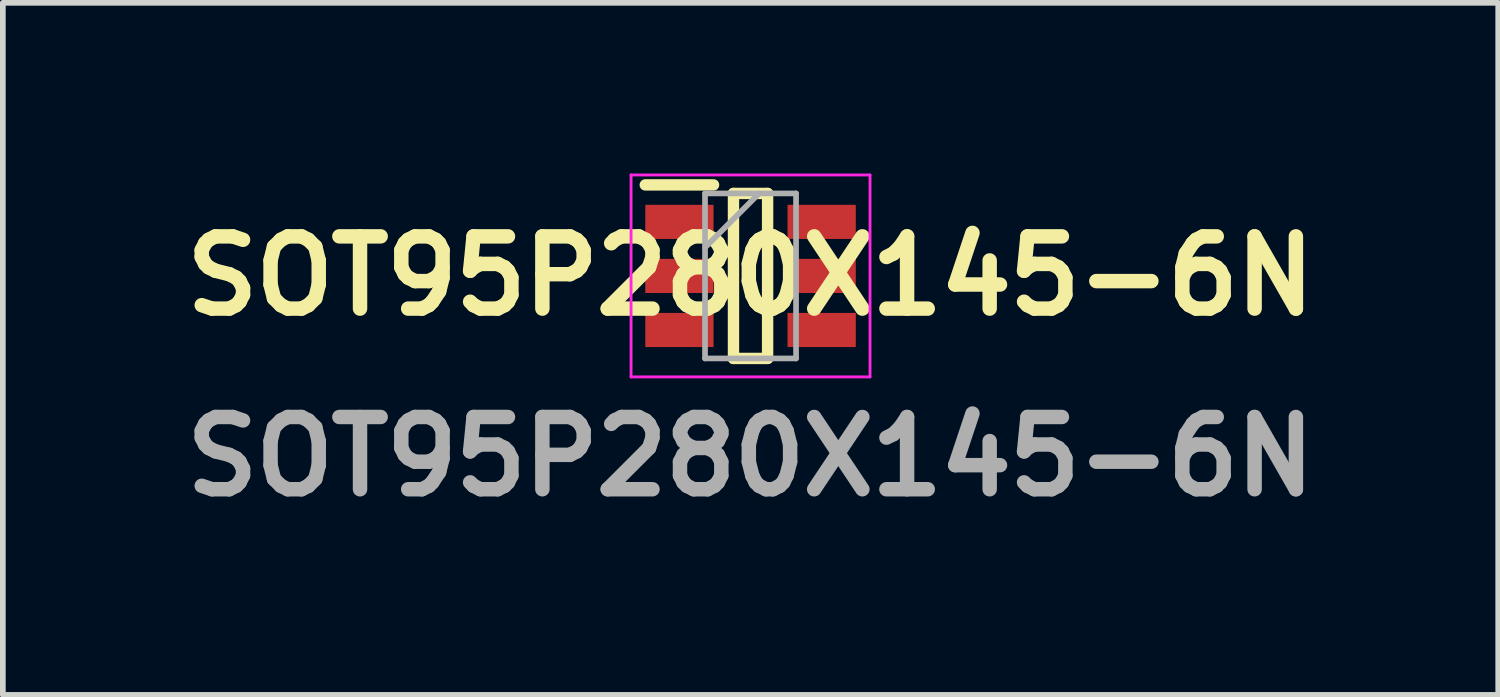
<source format=kicad_pcb>
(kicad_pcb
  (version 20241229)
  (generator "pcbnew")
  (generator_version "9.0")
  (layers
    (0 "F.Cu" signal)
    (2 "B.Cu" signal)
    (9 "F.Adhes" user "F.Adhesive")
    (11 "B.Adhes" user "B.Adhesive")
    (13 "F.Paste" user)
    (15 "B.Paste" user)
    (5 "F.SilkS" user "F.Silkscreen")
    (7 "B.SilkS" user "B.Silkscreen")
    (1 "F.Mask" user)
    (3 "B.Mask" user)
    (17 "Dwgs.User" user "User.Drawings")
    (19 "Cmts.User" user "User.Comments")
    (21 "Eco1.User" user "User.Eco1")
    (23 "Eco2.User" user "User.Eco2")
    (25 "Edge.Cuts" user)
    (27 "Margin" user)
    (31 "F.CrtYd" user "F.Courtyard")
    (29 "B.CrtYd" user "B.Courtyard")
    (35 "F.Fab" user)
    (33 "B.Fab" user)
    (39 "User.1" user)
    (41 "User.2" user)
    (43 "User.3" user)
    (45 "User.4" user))
  (footprint "SOT95P280X145-6N"
    (layer "F.Cu")
    (at 10.142 1.8)
    (property "Reference" "SOT95P280X145-6N" (at 0 0 0) (layer "F.SilkS") (effects (font (size 1.27 1.27) (thickness 0.254))))
    (attr smd)
    (fp_line (start -1.85 -1.6) (end -0.65 -1.6) (stroke (width 0.2) (type solid)) (layer "F.SilkS"))
    (fp_line (start -0.3 -1.45) (end 0.3 -1.45) (stroke (width 0.2) (type solid)) (layer "F.SilkS"))
    (fp_line (start -0.3 1.45) (end -0.3 -1.45) (stroke (width 0.2) (type solid)) (layer "F.SilkS"))
    (fp_line (start 0.3 -1.45) (end 0.3 1.45) (stroke (width 0.2) (type solid)) (layer "F.SilkS"))
    (fp_line (start 0.3 1.45) (end -0.3 1.45) (stroke (width 0.2) (type solid)) (layer "F.SilkS"))
    (fp_line (start -2.1 -1.775) (end 2.1 -1.775) (stroke (width 0.05) (type solid)) (layer "F.CrtYd"))
    (fp_line (start -2.1 1.775) (end -2.1 -1.775) (stroke (width 0.05) (type solid)) (layer "F.CrtYd"))
    (fp_line (start 2.1 -1.775) (end 2.1 1.775) (stroke (width 0.05) (type solid)) (layer "F.CrtYd"))
    (fp_line (start 2.1 1.775) (end -2.1 1.775) (stroke (width 0.05) (type solid)) (layer "F.CrtYd"))
    (fp_line (start -0.8 -1.45) (end 0.8 -1.45) (stroke (width 0.1) (type solid)) (layer "F.Fab"))
    (fp_line (start -0.8 -0.5) (end 0.15 -1.45) (stroke (width 0.1) (type solid)) (layer "F.Fab"))
    (fp_line (start -0.8 1.45) (end -0.8 -1.45) (stroke (width 0.1) (type solid)) (layer "F.Fab"))
    (fp_line (start 0.8 -1.45) (end 0.8 1.45) (stroke (width 0.1) (type solid)) (layer "F.Fab"))
    (fp_line (start 0.8 1.45) (end -0.8 1.45) (stroke (width 0.1) (type solid)) (layer "F.Fab"))
    (fp_text user "${REFERENCE}" (at 0 3.175 0) (layer "F.Fab") (effects (font (size 1.27 1.27) (thickness 0.254))))
    (pad "1" smd rect (at -1.25 -0.95 90) (size 0.6 1.2) (layers "F.Cu" "F.Mask" "F.Paste"))
    (pad "2" smd rect (at -1.25 0 90) (size 0.6 1.2) (layers "F.Cu" "F.Mask" "F.Paste"))
    (pad "3" smd rect (at -1.25 0.95 90) (size 0.6 1.2) (layers "F.Cu" "F.Mask" "F.Paste"))
    (pad "4" smd rect (at 1.25 0.95 90) (size 0.6 1.2) (layers "F.Cu" "F.Mask" "F.Paste"))
    (pad "5" smd rect (at 1.25 0 90) (size 0.6 1.2) (layers "F.Cu" "F.Mask" "F.Paste"))
    (pad "6" smd rect (at 1.25 -0.95 90) (size 0.6 1.2) (layers "F.Cu" "F.Mask" "F.Paste")))
  (gr_rect
    (start -3 -3)
    (end 23.284 9.164)
    (stroke (width 0.1) (type default))
    (fill no)
    (layer "Edge.Cuts")))
</source>
